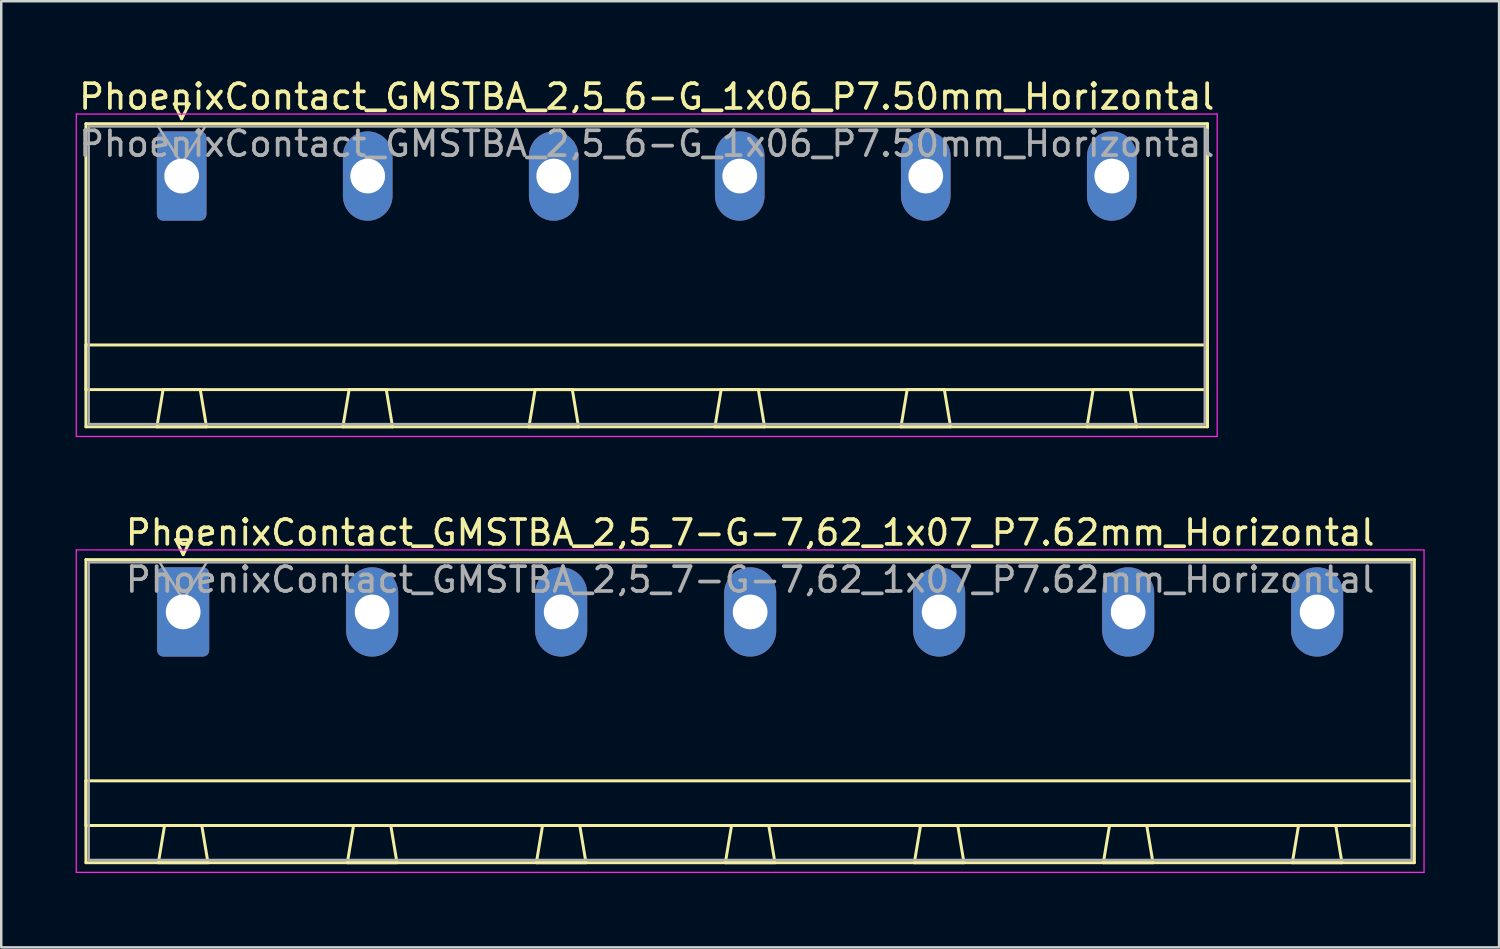
<source format=kicad_pcb>
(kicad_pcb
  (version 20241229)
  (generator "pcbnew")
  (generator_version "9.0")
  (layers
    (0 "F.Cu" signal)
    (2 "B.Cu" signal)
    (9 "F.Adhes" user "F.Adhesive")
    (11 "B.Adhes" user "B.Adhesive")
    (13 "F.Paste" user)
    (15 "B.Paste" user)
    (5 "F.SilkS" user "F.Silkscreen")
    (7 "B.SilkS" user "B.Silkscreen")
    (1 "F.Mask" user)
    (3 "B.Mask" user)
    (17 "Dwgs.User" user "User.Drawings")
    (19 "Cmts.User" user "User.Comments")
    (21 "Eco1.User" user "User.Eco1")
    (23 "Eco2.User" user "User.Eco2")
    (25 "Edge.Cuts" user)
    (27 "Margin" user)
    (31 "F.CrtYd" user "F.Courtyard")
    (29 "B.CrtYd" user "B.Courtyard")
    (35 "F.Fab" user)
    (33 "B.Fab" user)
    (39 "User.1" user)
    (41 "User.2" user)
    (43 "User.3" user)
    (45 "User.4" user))
  (footprint "PhoenixContact_GMSTBA_2,5_7-G-7,62_1x07_P7.62mm_Horizontal"
    (layer "F.Cu")
    (at 4.335 21.622)
    (property "Reference" "PhoenixContact_GMSTBA_2,5_7-G-7,62_1x07_P7.62mm_Horizontal" (at 22.86 -3.2 0) (layer "F.SilkS") (effects (font (size 1 1) (thickness 0.15))))
    (attr through_hole)
    (fp_line (start -3.92 -2.11) (end -3.92 10.11) (stroke (width 0.12) (type solid)) (layer "F.SilkS"))
    (fp_line (start -3.92 6.81) (end 49.64 6.81) (stroke (width 0.12) (type solid)) (layer "F.SilkS"))
    (fp_line (start -3.92 8.61) (end -3.92 6.81) (stroke (width 0.12) (type solid)) (layer "F.SilkS"))
    (fp_line (start -3.92 10.11) (end 49.64 10.11) (stroke (width 0.12) (type solid)) (layer "F.SilkS"))
    (fp_line (start -1 10.11) (end 1 10.11) (stroke (width 0.12) (type solid)) (layer "F.SilkS"))
    (fp_line (start -0.75 8.61) (end -1 10.11) (stroke (width 0.12) (type solid)) (layer "F.SilkS"))
    (fp_line (start -0.3 -2.91) (end 0.3 -2.91) (stroke (width 0.12) (type solid)) (layer "F.SilkS"))
    (fp_line (start 0 -2.31) (end -0.3 -2.91) (stroke (width 0.12) (type solid)) (layer "F.SilkS"))
    (fp_line (start 0.3 -2.91) (end 0 -2.31) (stroke (width 0.12) (type solid)) (layer "F.SilkS"))
    (fp_line (start 0.75 8.61) (end -0.75 8.61) (stroke (width 0.12) (type solid)) (layer "F.SilkS"))
    (fp_line (start 1 10.11) (end 0.75 8.61) (stroke (width 0.12) (type solid)) (layer "F.SilkS"))
    (fp_line (start 6.62 10.11) (end 8.62 10.11) (stroke (width 0.12) (type solid)) (layer "F.SilkS"))
    (fp_line (start 6.87 8.61) (end 6.62 10.11) (stroke (width 0.12) (type solid)) (layer "F.SilkS"))
    (fp_line (start 8.37 8.61) (end 6.87 8.61) (stroke (width 0.12) (type solid)) (layer "F.SilkS"))
    (fp_line (start 8.62 10.11) (end 8.37 8.61) (stroke (width 0.12) (type solid)) (layer "F.SilkS"))
    (fp_line (start 14.24 10.11) (end 16.24 10.11) (stroke (width 0.12) (type solid)) (layer "F.SilkS"))
    (fp_line (start 14.49 8.61) (end 14.24 10.11) (stroke (width 0.12) (type solid)) (layer "F.SilkS"))
    (fp_line (start 15.99 8.61) (end 14.49 8.61) (stroke (width 0.12) (type solid)) (layer "F.SilkS"))
    (fp_line (start 16.24 10.11) (end 15.99 8.61) (stroke (width 0.12) (type solid)) (layer "F.SilkS"))
    (fp_line (start 21.86 10.11) (end 23.86 10.11) (stroke (width 0.12) (type solid)) (layer "F.SilkS"))
    (fp_line (start 22.11 8.61) (end 21.86 10.11) (stroke (width 0.12) (type solid)) (layer "F.SilkS"))
    (fp_line (start 23.61 8.61) (end 22.11 8.61) (stroke (width 0.12) (type solid)) (layer "F.SilkS"))
    (fp_line (start 23.86 10.11) (end 23.61 8.61) (stroke (width 0.12) (type solid)) (layer "F.SilkS"))
    (fp_line (start 29.48 10.11) (end 31.48 10.11) (stroke (width 0.12) (type solid)) (layer "F.SilkS"))
    (fp_line (start 29.73 8.61) (end 29.48 10.11) (stroke (width 0.12) (type solid)) (layer "F.SilkS"))
    (fp_line (start 31.23 8.61) (end 29.73 8.61) (stroke (width 0.12) (type solid)) (layer "F.SilkS"))
    (fp_line (start 31.48 10.11) (end 31.23 8.61) (stroke (width 0.12) (type solid)) (layer "F.SilkS"))
    (fp_line (start 37.1 10.11) (end 39.1 10.11) (stroke (width 0.12) (type solid)) (layer "F.SilkS"))
    (fp_line (start 37.35 8.61) (end 37.1 10.11) (stroke (width 0.12) (type solid)) (layer "F.SilkS"))
    (fp_line (start 38.85 8.61) (end 37.35 8.61) (stroke (width 0.12) (type solid)) (layer "F.SilkS"))
    (fp_line (start 39.1 10.11) (end 38.85 8.61) (stroke (width 0.12) (type solid)) (layer "F.SilkS"))
    (fp_line (start 44.72 10.11) (end 46.72 10.11) (stroke (width 0.12) (type solid)) (layer "F.SilkS"))
    (fp_line (start 44.97 8.61) (end 44.72 10.11) (stroke (width 0.12) (type solid)) (layer "F.SilkS"))
    (fp_line (start 46.47 8.61) (end 44.97 8.61) (stroke (width 0.12) (type solid)) (layer "F.SilkS"))
    (fp_line (start 46.72 10.11) (end 46.47 8.61) (stroke (width 0.12) (type solid)) (layer "F.SilkS"))
    (fp_line (start 49.64 -2.11) (end -3.92 -2.11) (stroke (width 0.12) (type solid)) (layer "F.SilkS"))
    (fp_line (start 49.64 6.81) (end 49.64 8.61) (stroke (width 0.12) (type solid)) (layer "F.SilkS"))
    (fp_line (start 49.64 8.61) (end -3.92 8.61) (stroke (width 0.12) (type solid)) (layer "F.SilkS"))
    (fp_line (start 49.64 10.11) (end 49.64 -2.11) (stroke (width 0.12) (type solid)) (layer "F.SilkS"))
    (fp_line (start -4.31 -2.5) (end -4.31 10.5) (stroke (width 0.05) (type solid)) (layer "F.CrtYd"))
    (fp_line (start -4.31 10.5) (end 50.03 10.5) (stroke (width 0.05) (type solid)) (layer "F.CrtYd"))
    (fp_line (start 50.03 -2.5) (end -4.31 -2.5) (stroke (width 0.05) (type solid)) (layer "F.CrtYd"))
    (fp_line (start 50.03 10.5) (end 50.03 -2.5) (stroke (width 0.05) (type solid)) (layer "F.CrtYd"))
    (fp_line (start -3.81 -2) (end -3.81 10) (stroke (width 0.1) (type solid)) (layer "F.Fab"))
    (fp_line (start -3.81 10) (end 49.53 10) (stroke (width 0.1) (type solid)) (layer "F.Fab"))
    (fp_line (start 0 -0.5) (end -0.95 -2) (stroke (width 0.1) (type solid)) (layer "F.Fab"))
    (fp_line (start 0.95 -2) (end 0 -0.5) (stroke (width 0.1) (type solid)) (layer "F.Fab"))
    (fp_line (start 49.53 -2) (end -3.81 -2) (stroke (width 0.1) (type solid)) (layer "F.Fab"))
    (fp_line (start 49.53 10) (end 49.53 -2) (stroke (width 0.1) (type solid)) (layer "F.Fab"))
    (fp_text user "${REFERENCE}" (at 22.86 -1.3 0) (layer "F.Fab") (effects (font (size 1 1) (thickness 0.15))))
    (pad "1" thru_hole roundrect (at 0 0) (size 2.1 3.6) (drill 1.4) (layers "*.Cu" "*.Mask") (roundrect_rratio 0.119))
    (pad "2" thru_hole oval (at 7.62 0) (size 2.1 3.6) (drill 1.4) (layers "*.Cu" "*.Mask"))
    (pad "3" thru_hole oval (at 15.24 0) (size 2.1 3.6) (drill 1.4) (layers "*.Cu" "*.Mask"))
    (pad "4" thru_hole oval (at 22.86 0) (size 2.1 3.6) (drill 1.4) (layers "*.Cu" "*.Mask"))
    (pad "5" thru_hole oval (at 30.48 0) (size 2.1 3.6) (drill 1.4) (layers "*.Cu" "*.Mask"))
    (pad "6" thru_hole oval (at 38.1 0) (size 2.1 3.6) (drill 1.4) (layers "*.Cu" "*.Mask"))
    (pad "7" thru_hole oval (at 45.72 0) (size 2.1 3.6) (drill 1.4) (layers "*.Cu" "*.Mask")))
  (footprint "PhoenixContact_GMSTBA_2,5_6-G_1x06_P7.50mm_Horizontal"
    (layer "F.Cu")
    (at 4.275 4.048)
    (property "Reference" "PhoenixContact_GMSTBA_2,5_6-G_1x06_P7.50mm_Horizontal" (at 18.75 -3.2 0) (layer "F.SilkS") (effects (font (size 1 1) (thickness 0.15))))
    (attr through_hole)
    (fp_line (start -3.86 -2.11) (end -3.86 10.11) (stroke (width 0.12) (type solid)) (layer "F.SilkS"))
    (fp_line (start -3.86 6.81) (end 41.36 6.81) (stroke (width 0.12) (type solid)) (layer "F.SilkS"))
    (fp_line (start -3.86 8.61) (end -3.86 6.81) (stroke (width 0.12) (type solid)) (layer "F.SilkS"))
    (fp_line (start -3.86 10.11) (end 41.36 10.11) (stroke (width 0.12) (type solid)) (layer "F.SilkS"))
    (fp_line (start -1 10.11) (end 1 10.11) (stroke (width 0.12) (type solid)) (layer "F.SilkS"))
    (fp_line (start -0.75 8.61) (end -1 10.11) (stroke (width 0.12) (type solid)) (layer "F.SilkS"))
    (fp_line (start -0.3 -2.91) (end 0.3 -2.91) (stroke (width 0.12) (type solid)) (layer "F.SilkS"))
    (fp_line (start 0 -2.31) (end -0.3 -2.91) (stroke (width 0.12) (type solid)) (layer "F.SilkS"))
    (fp_line (start 0.3 -2.91) (end 0 -2.31) (stroke (width 0.12) (type solid)) (layer "F.SilkS"))
    (fp_line (start 0.75 8.61) (end -0.75 8.61) (stroke (width 0.12) (type solid)) (layer "F.SilkS"))
    (fp_line (start 1 10.11) (end 0.75 8.61) (stroke (width 0.12) (type solid)) (layer "F.SilkS"))
    (fp_line (start 6.5 10.11) (end 8.5 10.11) (stroke (width 0.12) (type solid)) (layer "F.SilkS"))
    (fp_line (start 6.75 8.61) (end 6.5 10.11) (stroke (width 0.12) (type solid)) (layer "F.SilkS"))
    (fp_line (start 8.25 8.61) (end 6.75 8.61) (stroke (width 0.12) (type solid)) (layer "F.SilkS"))
    (fp_line (start 8.5 10.11) (end 8.25 8.61) (stroke (width 0.12) (type solid)) (layer "F.SilkS"))
    (fp_line (start 14 10.11) (end 16 10.11) (stroke (width 0.12) (type solid)) (layer "F.SilkS"))
    (fp_line (start 14.25 8.61) (end 14 10.11) (stroke (width 0.12) (type solid)) (layer "F.SilkS"))
    (fp_line (start 15.75 8.61) (end 14.25 8.61) (stroke (width 0.12) (type solid)) (layer "F.SilkS"))
    (fp_line (start 16 10.11) (end 15.75 8.61) (stroke (width 0.12) (type solid)) (layer "F.SilkS"))
    (fp_line (start 21.5 10.11) (end 23.5 10.11) (stroke (width 0.12) (type solid)) (layer "F.SilkS"))
    (fp_line (start 21.75 8.61) (end 21.5 10.11) (stroke (width 0.12) (type solid)) (layer "F.SilkS"))
    (fp_line (start 23.25 8.61) (end 21.75 8.61) (stroke (width 0.12) (type solid)) (layer "F.SilkS"))
    (fp_line (start 23.5 10.11) (end 23.25 8.61) (stroke (width 0.12) (type solid)) (layer "F.SilkS"))
    (fp_line (start 29 10.11) (end 31 10.11) (stroke (width 0.12) (type solid)) (layer "F.SilkS"))
    (fp_line (start 29.25 8.61) (end 29 10.11) (stroke (width 0.12) (type solid)) (layer "F.SilkS"))
    (fp_line (start 30.75 8.61) (end 29.25 8.61) (stroke (width 0.12) (type solid)) (layer "F.SilkS"))
    (fp_line (start 31 10.11) (end 30.75 8.61) (stroke (width 0.12) (type solid)) (layer "F.SilkS"))
    (fp_line (start 36.5 10.11) (end 38.5 10.11) (stroke (width 0.12) (type solid)) (layer "F.SilkS"))
    (fp_line (start 36.75 8.61) (end 36.5 10.11) (stroke (width 0.12) (type solid)) (layer "F.SilkS"))
    (fp_line (start 38.25 8.61) (end 36.75 8.61) (stroke (width 0.12) (type solid)) (layer "F.SilkS"))
    (fp_line (start 38.5 10.11) (end 38.25 8.61) (stroke (width 0.12) (type solid)) (layer "F.SilkS"))
    (fp_line (start 41.36 -2.11) (end -3.86 -2.11) (stroke (width 0.12) (type solid)) (layer "F.SilkS"))
    (fp_line (start 41.36 6.81) (end 41.36 8.61) (stroke (width 0.12) (type solid)) (layer "F.SilkS"))
    (fp_line (start 41.36 8.61) (end -3.86 8.61) (stroke (width 0.12) (type solid)) (layer "F.SilkS"))
    (fp_line (start 41.36 10.11) (end 41.36 -2.11) (stroke (width 0.12) (type solid)) (layer "F.SilkS"))
    (fp_line (start -4.25 -2.5) (end -4.25 10.5) (stroke (width 0.05) (type solid)) (layer "F.CrtYd"))
    (fp_line (start -4.25 10.5) (end 41.75 10.5) (stroke (width 0.05) (type solid)) (layer "F.CrtYd"))
    (fp_line (start 41.75 -2.5) (end -4.25 -2.5) (stroke (width 0.05) (type solid)) (layer "F.CrtYd"))
    (fp_line (start 41.75 10.5) (end 41.75 -2.5) (stroke (width 0.05) (type solid)) (layer "F.CrtYd"))
    (fp_line (start -3.75 -2) (end -3.75 10) (stroke (width 0.1) (type solid)) (layer "F.Fab"))
    (fp_line (start -3.75 10) (end 41.25 10) (stroke (width 0.1) (type solid)) (layer "F.Fab"))
    (fp_line (start 0 -0.5) (end -0.95 -2) (stroke (width 0.1) (type solid)) (layer "F.Fab"))
    (fp_line (start 0.95 -2) (end 0 -0.5) (stroke (width 0.1) (type solid)) (layer "F.Fab"))
    (fp_line (start 41.25 -2) (end -3.75 -2) (stroke (width 0.1) (type solid)) (layer "F.Fab"))
    (fp_line (start 41.25 10) (end 41.25 -2) (stroke (width 0.1) (type solid)) (layer "F.Fab"))
    (fp_text user "${REFERENCE}" (at 18.75 -1.3 0) (layer "F.Fab") (effects (font (size 1 1) (thickness 0.15))))
    (pad "1" thru_hole roundrect (at 0 0) (size 2 3.6) (drill 1.4) (layers "*.Cu" "*.Mask") (roundrect_rratio 0.125))
    (pad "2" thru_hole oval (at 7.5 0) (size 2 3.6) (drill 1.4) (layers "*.Cu" "*.Mask"))
    (pad "3" thru_hole oval (at 15 0) (size 2 3.6) (drill 1.4) (layers "*.Cu" "*.Mask"))
    (pad "4" thru_hole oval (at 22.5 0) (size 2 3.6) (drill 1.4) (layers "*.Cu" "*.Mask"))
    (pad "5" thru_hole oval (at 30 0) (size 2 3.6) (drill 1.4) (layers "*.Cu" "*.Mask"))
    (pad "6" thru_hole oval (at 37.5 0) (size 2 3.6) (drill 1.4) (layers "*.Cu" "*.Mask")))
  (gr_rect
    (start -3 -3)
    (end 57.39 35.147)
    (stroke (width 0.1) (type default))
    (fill no)
    (layer "Edge.Cuts")))
</source>
